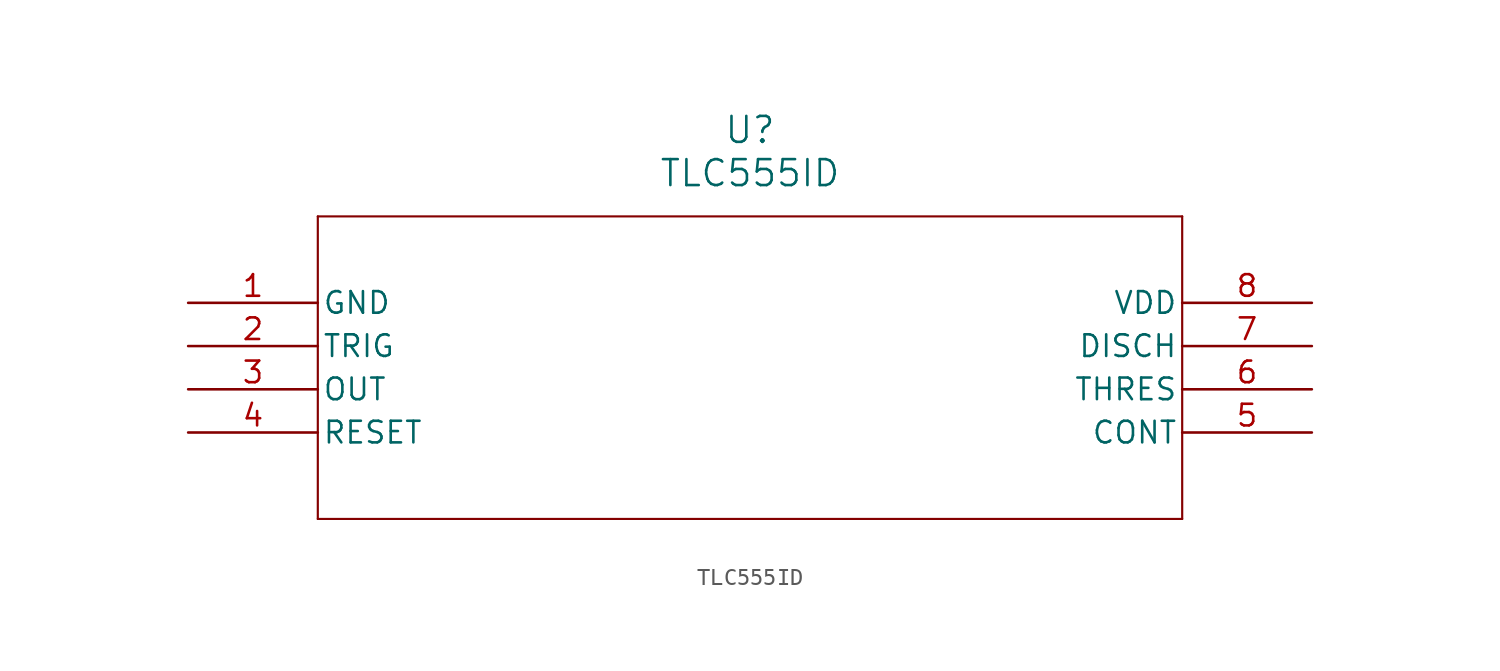
<source format=kicad_sym>
(kicad_symbol_lib
  (version 20211014)
  (generator kicad_symbol_editor)
  (symbol "TLC555ID"
    (pin_names
      (offset 0.254))
    (property "Reference" "U"
      (at 33.02 10.16 0)
      (effects (font (size 1.524 1.524))))
    (property "Value" "TLC555ID"
      (at 33.02 7.62 0)
      (effects (font (size 1.524 1.524))))
    (symbol "TLC555ID_0_1"
      (polyline (pts (xy 7.62 5.08) (xy 7.62 -12.7)) (stroke (width 0.127) (type default) (color 0 0 0 0)) (fill (type none)))
      (polyline (pts (xy 7.62 -12.7) (xy 58.42 -12.7)) (stroke (width 0.127) (type default) (color 0 0 0 0)) (fill (type none)))
      (polyline (pts (xy 58.42 -12.7) (xy 58.42 5.08)) (stroke (width 0.127) (type default) (color 0 0 0 0)) (fill (type none)))
      (polyline (pts (xy 58.42 5.08) (xy 7.62 5.08)) (stroke (width 0.127) (type default) (color 0 0 0 0)) (fill (type none)))
      (pin power_in line (at 0 0 0) (length 7.62) (name "GND" (effects (font (size 1.27 1.27)))) (number "1" (effects (font (size 1.27 1.27)))))
      (pin unspecified line (at 0 -2.54 0) (length 7.62) (name "TRIG" (effects (font (size 1.27 1.27)))) (number "2" (effects (font (size 1.27 1.27)))))
      (pin output line (at 0 -5.08 0) (length 7.62) (name "OUT" (effects (font (size 1.27 1.27)))) (number "3" (effects (font (size 1.27 1.27)))))
      (pin unspecified line (at 0 -7.62 0) (length 7.62) (name "RESET" (effects (font (size 1.27 1.27)))) (number "4" (effects (font (size 1.27 1.27)))))
      (pin unspecified line (at 66.04 -7.62 180) (length 7.62) (name "CONT" (effects (font (size 1.27 1.27)))) (number "5" (effects (font (size 1.27 1.27)))))
      (pin unspecified line (at 66.04 -5.08 180) (length 7.62) (name "THRES" (effects (font (size 1.27 1.27)))) (number "6" (effects (font (size 1.27 1.27)))))
      (pin unspecified line (at 66.04 -2.54 180) (length 7.62) (name "DISCH" (effects (font (size 1.27 1.27)))) (number "7" (effects (font (size 1.27 1.27)))))
      (pin power_in line (at 66.04 0 180) (length 7.62) (name "VDD" (effects (font (size 1.27 1.27)))) (number "8" (effects (font (size 1.27 1.27))))))))
</source>
